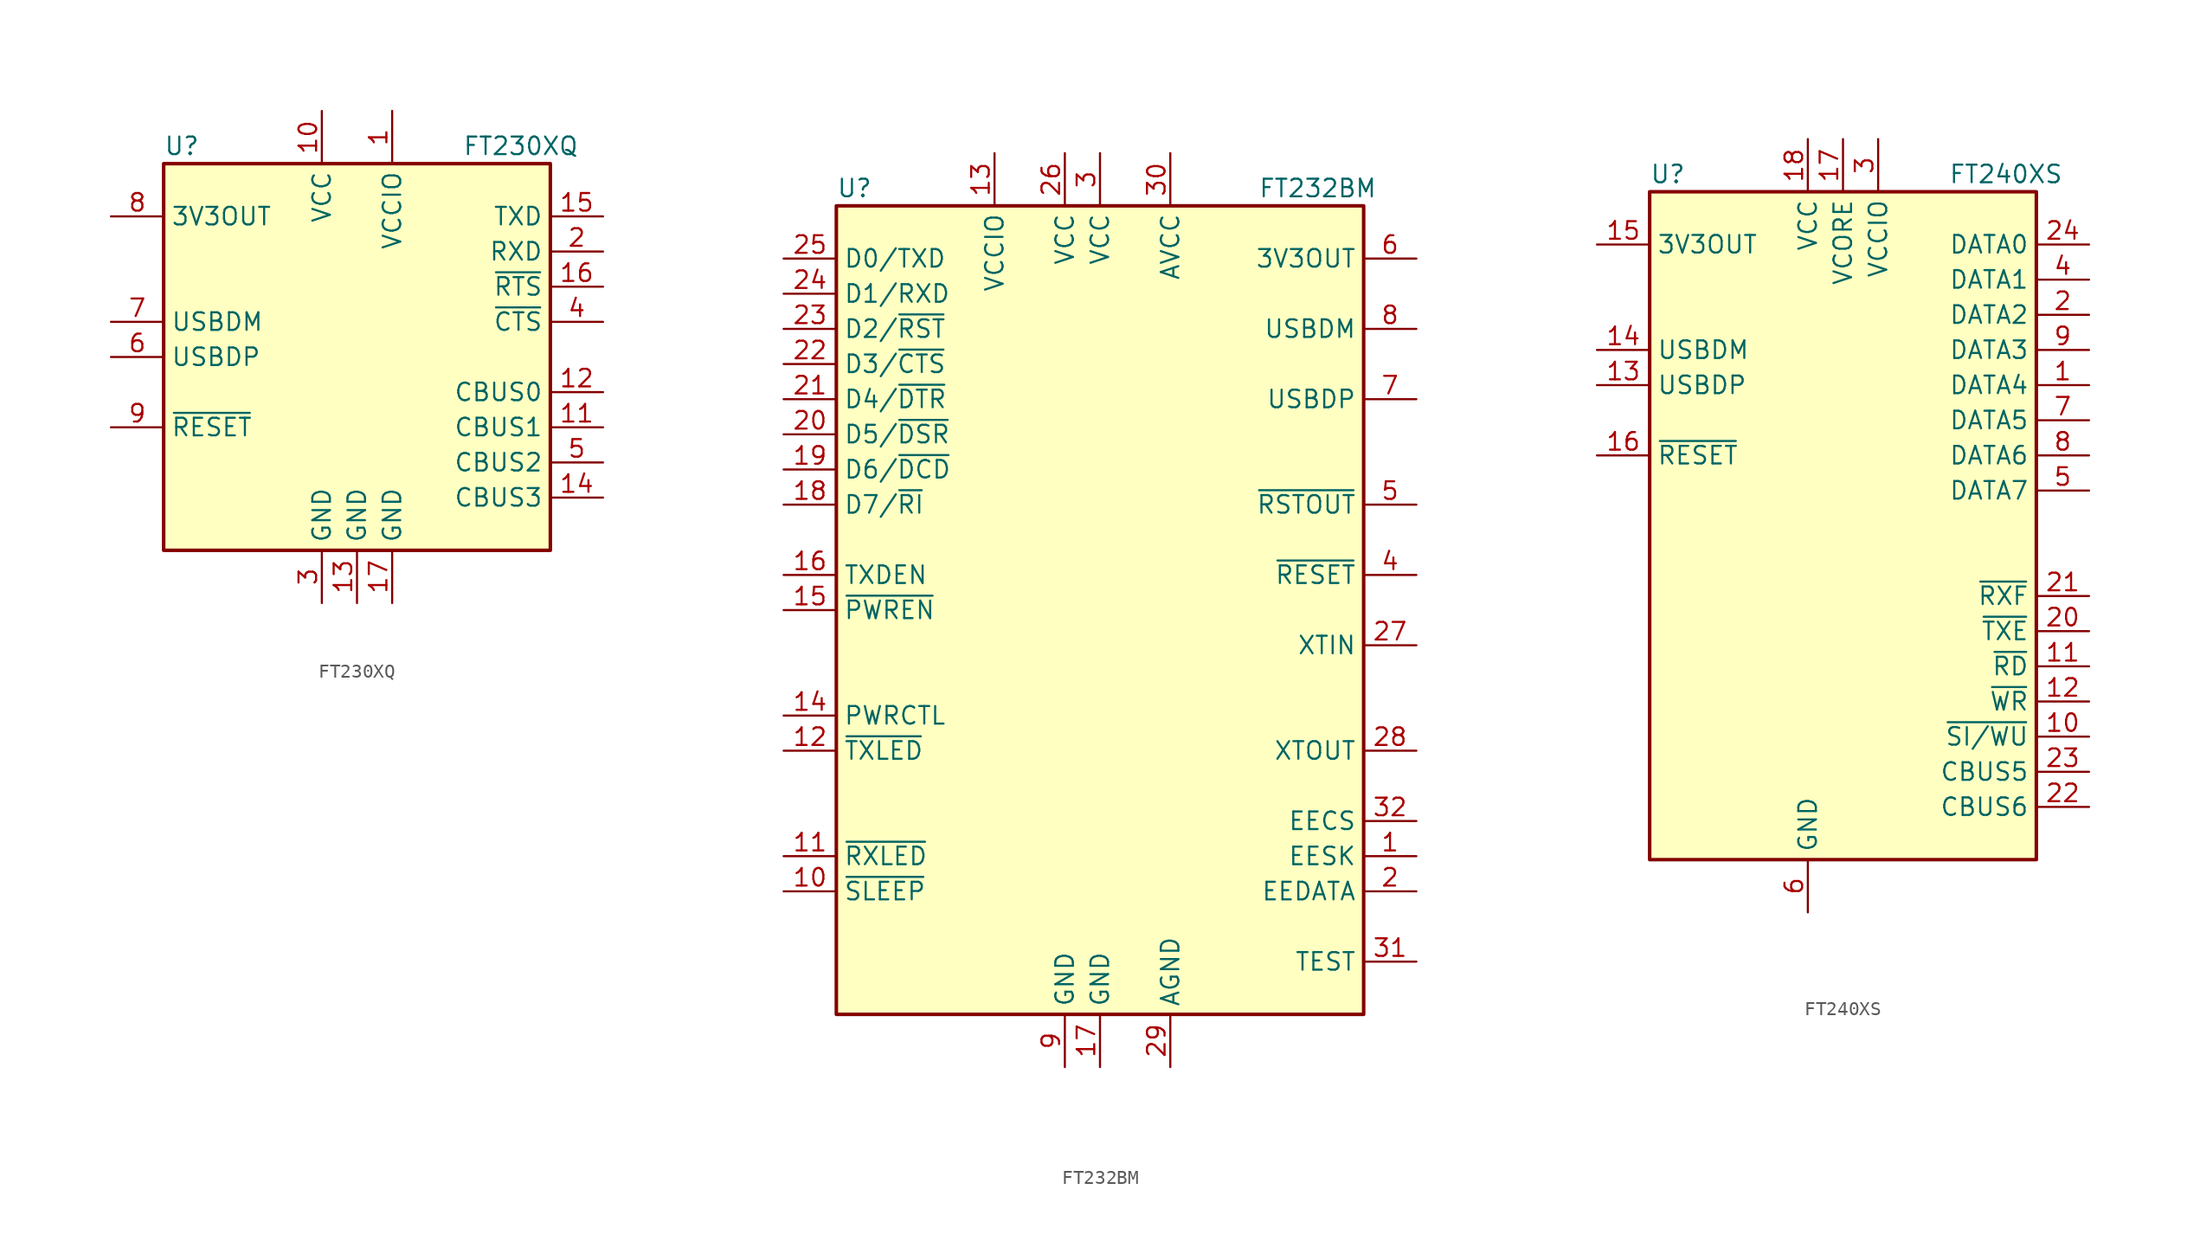
<source format=kicad_sym>
(kicad_symbol_lib
  (version 20241209)
  (generator "kicad_symbol_editor")
  (generator_version "9.0")
  (symbol "FT230XQ"
    (property "Reference" "U"
      (at -13.97 15.24 0)
      (effects (font (size 1.27 1.27)) (justify left)))
    (property "Value" "FT230XQ"
      (at 7.62 15.24 0)
      (effects (font (size 1.27 1.27)) (justify left)))
    (symbol "FT230XQ_0_1"
      (rectangle (start -13.97 13.97) (end 13.97 -13.97) (stroke (width 0.254) (type default)) (fill (type background))))
    (symbol "FT230XQ_1_1"
      (pin power_out line (at -17.78 10.16 0) (length 3.81) (name "3V3OUT" (effects (font (size 1.27 1.27)))) (number "8" (effects (font (size 1.27 1.27)))))
      (pin bidirectional line (at -17.78 2.54 0) (length 3.81) (name "USBDM" (effects (font (size 1.27 1.27)))) (number "7" (effects (font (size 1.27 1.27)))))
      (pin bidirectional line (at -17.78 0 0) (length 3.81) (name "USBDP" (effects (font (size 1.27 1.27)))) (number "6" (effects (font (size 1.27 1.27)))))
      (pin input line (at -17.78 -5.08 0) (length 3.81) (name "~{RESET}" (effects (font (size 1.27 1.27)))) (number "9" (effects (font (size 1.27 1.27)))))
      (pin power_in line (at -2.54 17.78 270) (length 3.81) (name "VCC" (effects (font (size 1.27 1.27)))) (number "10" (effects (font (size 1.27 1.27)))))
      (pin power_in line (at -2.54 -17.78 90) (length 3.81) (name "GND" (effects (font (size 1.27 1.27)))) (number "3" (effects (font (size 1.27 1.27)))))
      (pin power_in line (at 0 -17.78 90) (length 3.81) (name "GND" (effects (font (size 1.27 1.27)))) (number "13" (effects (font (size 1.27 1.27)))))
      (pin power_in line (at 2.54 17.78 270) (length 3.81) (name "VCCIO" (effects (font (size 1.27 1.27)))) (number "1" (effects (font (size 1.27 1.27)))))
      (pin power_in line (at 2.54 -17.78 90) (length 3.81) (name "GND" (effects (font (size 1.27 1.27)))) (number "17" (effects (font (size 1.27 1.27)))))
      (pin output line (at 17.78 10.16 180) (length 3.81) (name "TXD" (effects (font (size 1.27 1.27)))) (number "15" (effects (font (size 1.27 1.27)))))
      (pin input line (at 17.78 7.62 180) (length 3.81) (name "RXD" (effects (font (size 1.27 1.27)))) (number "2" (effects (font (size 1.27 1.27)))))
      (pin output line (at 17.78 5.08 180) (length 3.81) (name "~{RTS}" (effects (font (size 1.27 1.27)))) (number "16" (effects (font (size 1.27 1.27)))))
      (pin input line (at 17.78 2.54 180) (length 3.81) (name "~{CTS}" (effects (font (size 1.27 1.27)))) (number "4" (effects (font (size 1.27 1.27)))))
      (pin bidirectional line (at 17.78 -2.54 180) (length 3.81) (name "CBUS0" (effects (font (size 1.27 1.27)))) (number "12" (effects (font (size 1.27 1.27)))))
      (pin bidirectional line (at 17.78 -5.08 180) (length 3.81) (name "CBUS1" (effects (font (size 1.27 1.27)))) (number "11" (effects (font (size 1.27 1.27)))))
      (pin bidirectional line (at 17.78 -7.62 180) (length 3.81) (name "CBUS2" (effects (font (size 1.27 1.27)))) (number "5" (effects (font (size 1.27 1.27)))))
      (pin bidirectional line (at 17.78 -10.16 180) (length 3.81) (name "CBUS3" (effects (font (size 1.27 1.27)))) (number "14" (effects (font (size 1.27 1.27)))))))
  (symbol "FT232BM"
    (property "Reference" "U"
      (at -19.05 30.48 0)
      (effects (font (size 1.27 1.27)) (justify left)))
    (property "Value" "FT232BM"
      (at 11.43 30.48 0)
      (effects (font (size 1.27 1.27)) (justify left)))
    (symbol "FT232BM_0_1"
      (rectangle (start -19.05 29.21) (end 19.05 -29.21) (stroke (width 0.254) (type default)) (fill (type background))))
    (symbol "FT232BM_1_1"
      (pin bidirectional line (at -22.86 25.4 0) (length 3.81) (name "D0/TXD" (effects (font (size 1.27 1.27)))) (number "25" (effects (font (size 1.27 1.27)))))
      (pin bidirectional line (at -22.86 22.86 0) (length 3.81) (name "D1/RXD" (effects (font (size 1.27 1.27)))) (number "24" (effects (font (size 1.27 1.27)))))
      (pin bidirectional line (at -22.86 20.32 0) (length 3.81) (name "D2/~{RST}" (effects (font (size 1.27 1.27)))) (number "23" (effects (font (size 1.27 1.27)))))
      (pin bidirectional line (at -22.86 17.78 0) (length 3.81) (name "D3/~{CTS}" (effects (font (size 1.27 1.27)))) (number "22" (effects (font (size 1.27 1.27)))))
      (pin bidirectional line (at -22.86 15.24 0) (length 3.81) (name "D4/~{DTR}" (effects (font (size 1.27 1.27)))) (number "21" (effects (font (size 1.27 1.27)))))
      (pin bidirectional line (at -22.86 12.7 0) (length 3.81) (name "D5/~{DSR}" (effects (font (size 1.27 1.27)))) (number "20" (effects (font (size 1.27 1.27)))))
      (pin bidirectional line (at -22.86 10.16 0) (length 3.81) (name "D6/~{DCD}" (effects (font (size 1.27 1.27)))) (number "19" (effects (font (size 1.27 1.27)))))
      (pin bidirectional line (at -22.86 7.62 0) (length 3.81) (name "D7/~{RI}" (effects (font (size 1.27 1.27)))) (number "18" (effects (font (size 1.27 1.27)))))
      (pin output line (at -22.86 2.54 0) (length 3.81) (name "TXDEN" (effects (font (size 1.27 1.27)))) (number "16" (effects (font (size 1.27 1.27)))))
      (pin output line (at -22.86 0 0) (length 3.81) (name "~{PWREN}" (effects (font (size 1.27 1.27)))) (number "15" (effects (font (size 1.27 1.27)))))
      (pin input line (at -22.86 -7.62 0) (length 3.81) (name "PWRCTL" (effects (font (size 1.27 1.27)))) (number "14" (effects (font (size 1.27 1.27)))))
      (pin open_collector line (at -22.86 -10.16 0) (length 3.81) (name "~{TXLED}" (effects (font (size 1.27 1.27)))) (number "12" (effects (font (size 1.27 1.27)))))
      (pin open_collector line (at -22.86 -17.78 0) (length 3.81) (name "~{RXLED}" (effects (font (size 1.27 1.27)))) (number "11" (effects (font (size 1.27 1.27)))))
      (pin output line (at -22.86 -20.32 0) (length 3.81) (name "~{SLEEP}" (effects (font (size 1.27 1.27)))) (number "10" (effects (font (size 1.27 1.27)))))
      (pin power_in line (at -7.62 33.02 270) (length 3.81) (name "VCCIO" (effects (font (size 1.27 1.27)))) (number "13" (effects (font (size 1.27 1.27)))))
      (pin power_in line (at -2.54 33.02 270) (length 3.81) (name "VCC" (effects (font (size 1.27 1.27)))) (number "26" (effects (font (size 1.27 1.27)))))
      (pin power_in line (at -2.54 -33.02 90) (length 3.81) (name "GND" (effects (font (size 1.27 1.27)))) (number "9" (effects (font (size 1.27 1.27)))))
      (pin power_in line (at 0 33.02 270) (length 3.81) (name "VCC" (effects (font (size 1.27 1.27)))) (number "3" (effects (font (size 1.27 1.27)))))
      (pin power_in line (at 0 -33.02 90) (length 3.81) (name "GND" (effects (font (size 1.27 1.27)))) (number "17" (effects (font (size 1.27 1.27)))))
      (pin power_in line (at 5.08 33.02 270) (length 3.81) (name "AVCC" (effects (font (size 1.27 1.27)))) (number "30" (effects (font (size 1.27 1.27)))))
      (pin power_in line (at 5.08 -33.02 90) (length 3.81) (name "AGND" (effects (font (size 1.27 1.27)))) (number "29" (effects (font (size 1.27 1.27)))))
      (pin power_out line (at 22.86 25.4 180) (length 3.81) (name "3V3OUT" (effects (font (size 1.27 1.27)))) (number "6" (effects (font (size 1.27 1.27)))))
      (pin bidirectional line (at 22.86 20.32 180) (length 3.81) (name "USBDM" (effects (font (size 1.27 1.27)))) (number "8" (effects (font (size 1.27 1.27)))))
      (pin bidirectional line (at 22.86 15.24 180) (length 3.81) (name "USBDP" (effects (font (size 1.27 1.27)))) (number "7" (effects (font (size 1.27 1.27)))))
      (pin output line (at 22.86 7.62 180) (length 3.81) (name "~{RSTOUT}" (effects (font (size 1.27 1.27)))) (number "5" (effects (font (size 1.27 1.27)))))
      (pin input line (at 22.86 2.54 180) (length 3.81) (name "~{RESET}" (effects (font (size 1.27 1.27)))) (number "4" (effects (font (size 1.27 1.27)))))
      (pin input line (at 22.86 -2.54 180) (length 3.81) (name "XTIN" (effects (font (size 1.27 1.27)))) (number "27" (effects (font (size 1.27 1.27)))))
      (pin output line (at 22.86 -10.16 180) (length 3.81) (name "XTOUT" (effects (font (size 1.27 1.27)))) (number "28" (effects (font (size 1.27 1.27)))))
      (pin bidirectional line (at 22.86 -15.24 180) (length 3.81) (name "EECS" (effects (font (size 1.27 1.27)))) (number "32" (effects (font (size 1.27 1.27)))))
      (pin output line (at 22.86 -17.78 180) (length 3.81) (name "EESK" (effects (font (size 1.27 1.27)))) (number "1" (effects (font (size 1.27 1.27)))))
      (pin bidirectional line (at 22.86 -20.32 180) (length 3.81) (name "EEDATA" (effects (font (size 1.27 1.27)))) (number "2" (effects (font (size 1.27 1.27)))))
      (pin input line (at 22.86 -25.4 180) (length 3.81) (name "TEST" (effects (font (size 1.27 1.27)))) (number "31" (effects (font (size 1.27 1.27)))))))
  (symbol "FT240XS"
    (property "Reference" "U"
      (at -13.97 25.4 0)
      (effects (font (size 1.27 1.27)) (justify left)))
    (property "Value" "FT240XS"
      (at 7.62 25.4 0)
      (effects (font (size 1.27 1.27)) (justify left)))
    (symbol "FT240XS_0_1"
      (rectangle (start 13.97 -24.13) (end -13.97 24.13) (stroke (width 0.254) (type default)) (fill (type background))))
    (symbol "FT240XS_1_1"
      (pin power_out line (at -17.78 20.32 0) (length 3.81) (name "3V3OUT" (effects (font (size 1.27 1.27)))) (number "15" (effects (font (size 1.27 1.27)))))
      (pin bidirectional line (at -17.78 12.7 0) (length 3.81) (name "USBDM" (effects (font (size 1.27 1.27)))) (number "14" (effects (font (size 1.27 1.27)))))
      (pin bidirectional line (at -17.78 10.16 0) (length 3.81) (name "USBDP" (effects (font (size 1.27 1.27)))) (number "13" (effects (font (size 1.27 1.27)))))
      (pin input line (at -17.78 5.08 0) (length 3.81) (name "~{RESET}" (effects (font (size 1.27 1.27)))) (number "16" (effects (font (size 1.27 1.27)))))
      (pin power_in line (at -2.54 27.94 270) (length 3.81) (name "VCC" (effects (font (size 1.27 1.27)))) (number "18" (effects (font (size 1.27 1.27)))))
      (pin passive line (at -2.54 -27.94 90) (length 3.81) (hide yes) (name "GND" (effects (font (size 1.27 1.27)))) (number "19" (effects (font (size 1.27 1.27)))))
      (pin power_in line (at -2.54 -27.94 90) (length 3.81) (name "GND" (effects (font (size 1.27 1.27)))) (number "6" (effects (font (size 1.27 1.27)))))
      (pin power_out line (at 0 27.94 270) (length 3.81) (name "VCORE" (effects (font (size 1.27 1.27)))) (number "17" (effects (font (size 1.27 1.27)))))
      (pin power_in line (at 2.54 27.94 270) (length 3.81) (name "VCCIO" (effects (font (size 1.27 1.27)))) (number "3" (effects (font (size 1.27 1.27)))))
      (pin bidirectional line (at 17.78 20.32 180) (length 3.81) (name "DATA0" (effects (font (size 1.27 1.27)))) (number "24" (effects (font (size 1.27 1.27)))))
      (pin bidirectional line (at 17.78 17.78 180) (length 3.81) (name "DATA1" (effects (font (size 1.27 1.27)))) (number "4" (effects (font (size 1.27 1.27)))))
      (pin bidirectional line (at 17.78 15.24 180) (length 3.81) (name "DATA2" (effects (font (size 1.27 1.27)))) (number "2" (effects (font (size 1.27 1.27)))))
      (pin bidirectional line (at 17.78 12.7 180) (length 3.81) (name "DATA3" (effects (font (size 1.27 1.27)))) (number "9" (effects (font (size 1.27 1.27)))))
      (pin bidirectional line (at 17.78 10.16 180) (length 3.81) (name "DATA4" (effects (font (size 1.27 1.27)))) (number "1" (effects (font (size 1.27 1.27)))))
      (pin bidirectional line (at 17.78 7.62 180) (length 3.81) (name "DATA5" (effects (font (size 1.27 1.27)))) (number "7" (effects (font (size 1.27 1.27)))))
      (pin bidirectional line (at 17.78 5.08 180) (length 3.81) (name "DATA6" (effects (font (size 1.27 1.27)))) (number "8" (effects (font (size 1.27 1.27)))))
      (pin bidirectional line (at 17.78 2.54 180) (length 3.81) (name "DATA7" (effects (font (size 1.27 1.27)))) (number "5" (effects (font (size 1.27 1.27)))))
      (pin output line (at 17.78 -5.08 180) (length 3.81) (name "~{RXF}" (effects (font (size 1.27 1.27)))) (number "21" (effects (font (size 1.27 1.27)))))
      (pin output line (at 17.78 -7.62 180) (length 3.81) (name "~{TXE}" (effects (font (size 1.27 1.27)))) (number "20" (effects (font (size 1.27 1.27)))))
      (pin input line (at 17.78 -10.16 180) (length 3.81) (name "~{RD}" (effects (font (size 1.27 1.27)))) (number "11" (effects (font (size 1.27 1.27)))))
      (pin input line (at 17.78 -12.7 180) (length 3.81) (name "~{WR}" (effects (font (size 1.27 1.27)))) (number "12" (effects (font (size 1.27 1.27)))))
      (pin input line (at 17.78 -15.24 180) (length 3.81) (name "~{SI/WU}" (effects (font (size 1.27 1.27)))) (number "10" (effects (font (size 1.27 1.27)))))
      (pin bidirectional line (at 17.78 -17.78 180) (length 3.81) (name "CBUS5" (effects (font (size 1.27 1.27)))) (number "23" (effects (font (size 1.27 1.27)))))
      (pin bidirectional line (at 17.78 -20.32 180) (length 3.81) (name "CBUS6" (effects (font (size 1.27 1.27)))) (number "22" (effects (font (size 1.27 1.27))))))))
</source>
